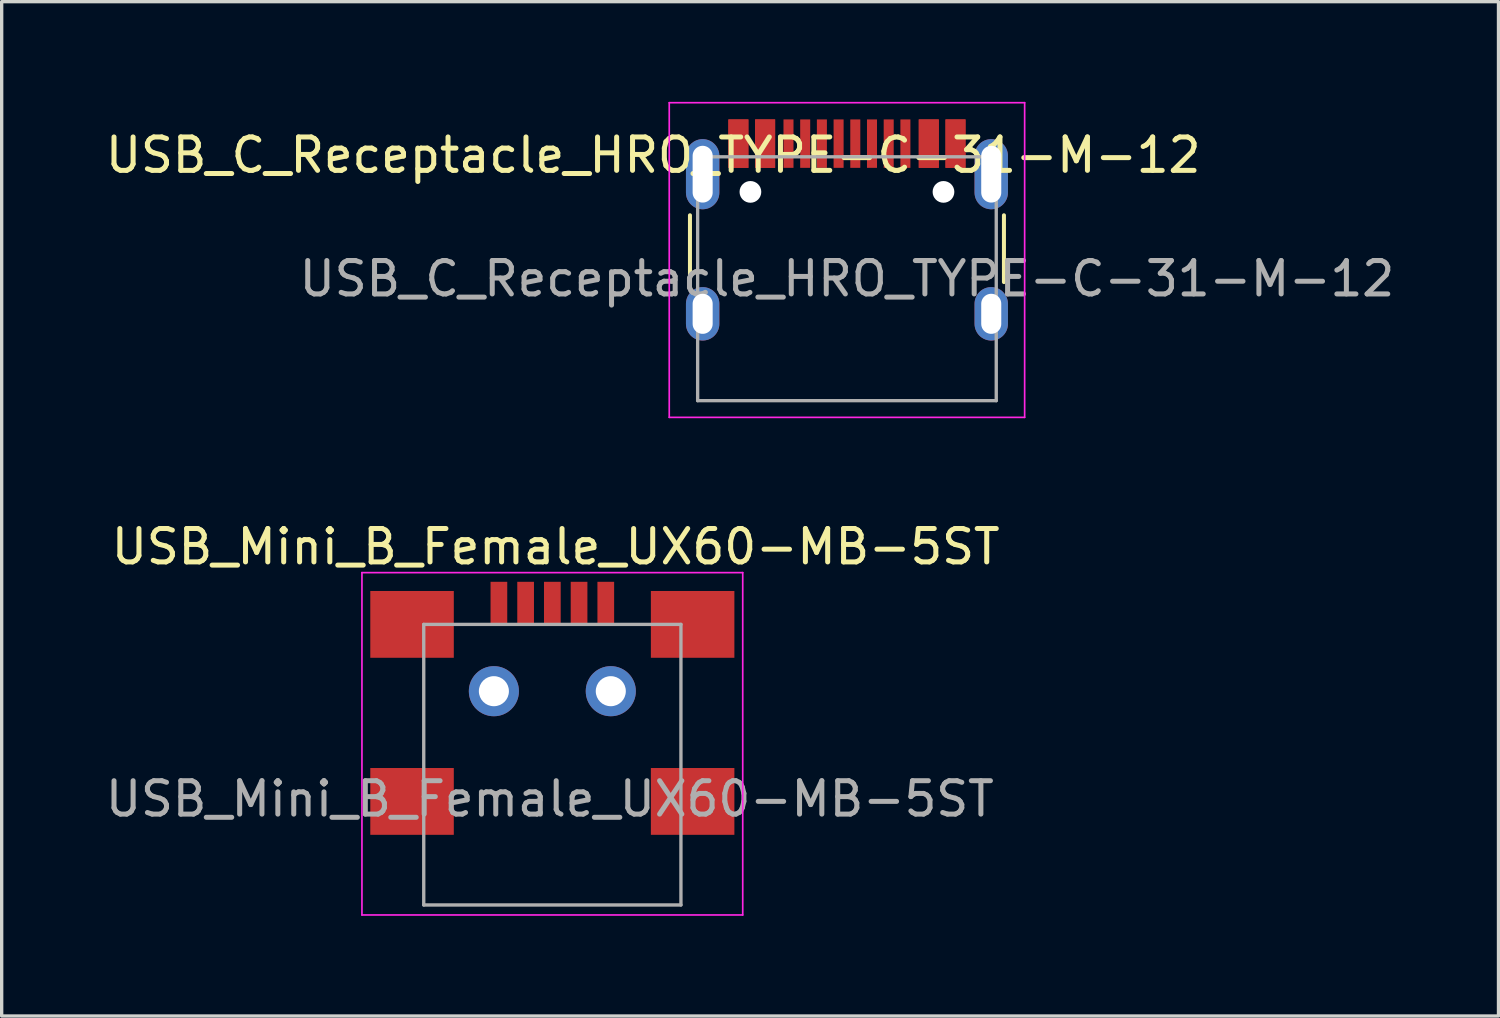
<source format=kicad_pcb>
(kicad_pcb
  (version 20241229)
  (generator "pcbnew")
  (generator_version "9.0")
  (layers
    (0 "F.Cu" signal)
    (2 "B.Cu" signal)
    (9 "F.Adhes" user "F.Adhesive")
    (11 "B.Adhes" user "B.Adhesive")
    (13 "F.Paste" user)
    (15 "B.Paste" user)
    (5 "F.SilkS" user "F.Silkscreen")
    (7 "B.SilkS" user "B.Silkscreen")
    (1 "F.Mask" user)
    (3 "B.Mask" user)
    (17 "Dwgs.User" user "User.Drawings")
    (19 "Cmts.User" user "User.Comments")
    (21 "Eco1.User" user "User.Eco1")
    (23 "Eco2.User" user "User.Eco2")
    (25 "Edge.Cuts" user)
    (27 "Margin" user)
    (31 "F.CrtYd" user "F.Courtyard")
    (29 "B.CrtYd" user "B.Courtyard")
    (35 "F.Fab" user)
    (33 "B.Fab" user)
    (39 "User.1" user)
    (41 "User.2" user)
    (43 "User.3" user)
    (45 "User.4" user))
  (footprint "USB_C_Receptacle_HRO_TYPE-C-31-M-12"
    (layer "F.Cu")
    (at 22.306 5.295)
    (property "Reference" "USB_C_Receptacle_HRO_TYPE-C-31-M-12" (at -5.8 -3.7 0) (layer "F.SilkS") (effects (font (size 1 1) (thickness 0.15))))
    (attr smd)
    (fp_line (start -4.7 -1.9) (end -4.7 0.1) (stroke (width 0.12) (type solid)) (layer "F.SilkS"))
    (fp_line (start 4.7 -1.9) (end 4.7 0.1) (stroke (width 0.12) (type solid)) (layer "F.SilkS"))
    (fp_line (start -5.32 -5.27) (end -5.32 4.15) (stroke (width 0.05) (type solid)) (layer "F.CrtYd"))
    (fp_line (start -5.32 -5.27) (end 5.32 -5.27) (stroke (width 0.05) (type solid)) (layer "F.CrtYd"))
    (fp_line (start -5.32 4.15) (end 5.32 4.15) (stroke (width 0.05) (type solid)) (layer "F.CrtYd"))
    (fp_line (start 5.32 -5.27) (end 5.32 4.15) (stroke (width 0.05) (type solid)) (layer "F.CrtYd"))
    (fp_line (start -4.47 -3.65) (end -4.47 3.65) (stroke (width 0.1) (type solid)) (layer "F.Fab"))
    (fp_line (start -4.47 -3.65) (end 4.47 -3.65) (stroke (width 0.1) (type solid)) (layer "F.Fab"))
    (fp_line (start -4.47 3.65) (end 4.47 3.65) (stroke (width 0.1) (type solid)) (layer "F.Fab"))
    (fp_line (start 4.47 -3.65) (end 4.47 3.65) (stroke (width 0.1) (type solid)) (layer "F.Fab"))
    (fp_text user "${REFERENCE}" (at 0 0 0) (layer "F.Fab") (effects (font (size 1 1) (thickness 0.15))))
    (pad "" np_thru_hole circle (at -2.89 -2.6) (size 0.65 0.65) (drill 0.65) (layers "*.Cu" "*.Mask"))
    (pad "" np_thru_hole circle (at 2.89 -2.6) (size 0.65 0.65) (drill 0.65) (layers "*.Cu" "*.Mask"))
    (pad "A1" smd rect (at -3.25 -4.045) (size 0.6 1.45) (layers "F.Cu" "F.Mask" "F.Paste"))
    (pad "A4" smd rect (at -2.45 -4.045) (size 0.6 1.45) (layers "F.Cu" "F.Mask" "F.Paste"))
    (pad "A5" smd rect (at -1.25 -4.045) (size 0.3 1.45) (layers "F.Cu" "F.Mask" "F.Paste"))
    (pad "A6" smd rect (at -0.25 -4.045) (size 0.3 1.45) (layers "F.Cu" "F.Mask" "F.Paste"))
    (pad "A7" smd rect (at 0.25 -4.045) (size 0.3 1.45) (layers "F.Cu" "F.Mask" "F.Paste"))
    (pad "A8" smd rect (at 1.25 -4.045) (size 0.3 1.45) (layers "F.Cu" "F.Mask" "F.Paste"))
    (pad "A9" smd rect (at 2.45 -4.045) (size 0.6 1.45) (layers "F.Cu" "F.Mask" "F.Paste"))
    (pad "A12" smd rect (at 3.25 -4.045) (size 0.6 1.45) (layers "F.Cu" "F.Mask" "F.Paste"))
    (pad "B1" smd rect (at 3.25 -4.045) (size 0.6 1.45) (layers "F.Cu" "F.Mask" "F.Paste"))
    (pad "B4" smd rect (at 2.45 -4.045) (size 0.6 1.45) (layers "F.Cu" "F.Mask" "F.Paste"))
    (pad "B5" smd rect (at 1.75 -4.045) (size 0.3 1.45) (layers "F.Cu" "F.Mask" "F.Paste"))
    (pad "B6" smd rect (at 0.75 -4.045) (size 0.3 1.45) (layers "F.Cu" "F.Mask" "F.Paste"))
    (pad "B7" smd rect (at -0.75 -4.045) (size 0.3 1.45) (layers "F.Cu" "F.Mask" "F.Paste"))
    (pad "B8" smd rect (at -1.75 -4.045) (size 0.3 1.45) (layers "F.Cu" "F.Mask" "F.Paste"))
    (pad "B9" smd rect (at -2.45 -4.045) (size 0.6 1.45) (layers "F.Cu" "F.Mask" "F.Paste"))
    (pad "B12" smd rect (at -3.25 -4.045) (size 0.6 1.45) (layers "F.Cu" "F.Mask" "F.Paste"))
    (pad "S1" thru_hole oval (at -4.32 -3.13) (size 1 2.1) (drill oval 0.6 1.7) (layers "*.Cu" "*.Mask"))
    (pad "S1" thru_hole oval (at -4.32 1.05) (size 1 1.6) (drill oval 0.6 1.2) (layers "*.Cu" "*.Mask"))
    (pad "S1" thru_hole oval (at 4.32 -3.13) (size 1 2.1) (drill oval 0.6 1.7) (layers "*.Cu" "*.Mask"))
    (pad "S1" thru_hole oval (at 4.32 1.05) (size 1 1.6) (drill oval 0.6 1.2) (layers "*.Cu" "*.Mask")))
  (footprint "USB_Mini_B_Female_UX60-MB-5ST"
    (layer "F.Cu")
    (at 13.486 17.643)
    (property "Reference" "USB_Mini_B_Female_UX60-MB-5ST" (at 0.1 -4.325 0) (layer "F.SilkS") (effects (font (size 1 1) (thickness 0.15))))
    (attr through_hole)
    (fp_line (start -5.7 -3.55) (end -5.7 6.7) (stroke (width 0.05) (type solid)) (layer "F.CrtYd"))
    (fp_line (start -5.7 -3.55) (end 5.7 -3.55) (stroke (width 0.05) (type solid)) (layer "F.CrtYd"))
    (fp_line (start -5.7 6.7) (end 5.7 6.7) (stroke (width 0.05) (type solid)) (layer "F.CrtYd"))
    (fp_line (start 5.7 -3.55) (end 5.7 6.7) (stroke (width 0.05) (type solid)) (layer "F.CrtYd"))
    (fp_line (start -3.85 -2) (end -3.85 6.4) (stroke (width 0.1) (type solid)) (layer "F.Fab"))
    (fp_line (start -3.85 6.4) (end 3.85 6.4) (stroke (width 0.1) (type solid)) (layer "F.Fab"))
    (fp_line (start 3.85 -2) (end -3.85 -2) (stroke (width 0.1) (type solid)) (layer "F.Fab"))
    (fp_line (start 3.85 -2) (end 3.85 6.4) (stroke (width 0.1) (type solid)) (layer "F.Fab"))
    (fp_text user "${REFERENCE}" (at -0.075 3.225 0) (layer "F.Fab") (effects (font (size 1 1) (thickness 0.15))))
    (pad "1" smd rect (at -1.6 -2.65) (size 0.5 1.25) (layers "F.Cu" "F.Mask" "F.Paste"))
    (pad "2" smd rect (at -0.8 -2.65) (size 0.5 1.25) (layers "F.Cu" "F.Mask" "F.Paste"))
    (pad "3" smd rect (at 0 -2.65) (size 0.5 1.25) (layers "F.Cu" "F.Mask" "F.Paste"))
    (pad "4" smd rect (at 0.8 -2.65) (size 0.5 1.25) (layers "F.Cu" "F.Mask" "F.Paste"))
    (pad "5" smd rect (at 1.6 -2.65) (size 0.5 1.25) (layers "F.Cu" "F.Mask" "F.Paste"))
    (pad "6" smd rect (at -4.2 -2) (size 2.5 2) (layers "F.Cu" "F.Mask" "F.Paste"))
    (pad "6" smd rect (at -4.2 3.3) (size 2.5 2) (layers "F.Cu" "F.Mask" "F.Paste"))
    (pad "6" smd rect (at 4.2 -2) (size 2.5 2) (layers "F.Cu" "F.Mask" "F.Paste"))
    (pad "6" smd rect (at 4.2 3.3) (size 2.5 2) (layers "F.Cu" "F.Mask" "F.Paste"))
    (pad "SH" thru_hole circle (at -1.75 0) (size 1.5 1.5) (drill 0.9) (layers "*.Cu" "*.Mask"))
    (pad "SH" thru_hole circle (at 1.75 0) (size 1.5 1.5) (drill 0.9) (layers "*.Cu" "*.Mask")))
  (gr_rect
    (start -3 -3)
    (end 41.812 27.368)
    (stroke (width 0.1) (type default))
    (fill no)
    (layer "Edge.Cuts")))
</source>
